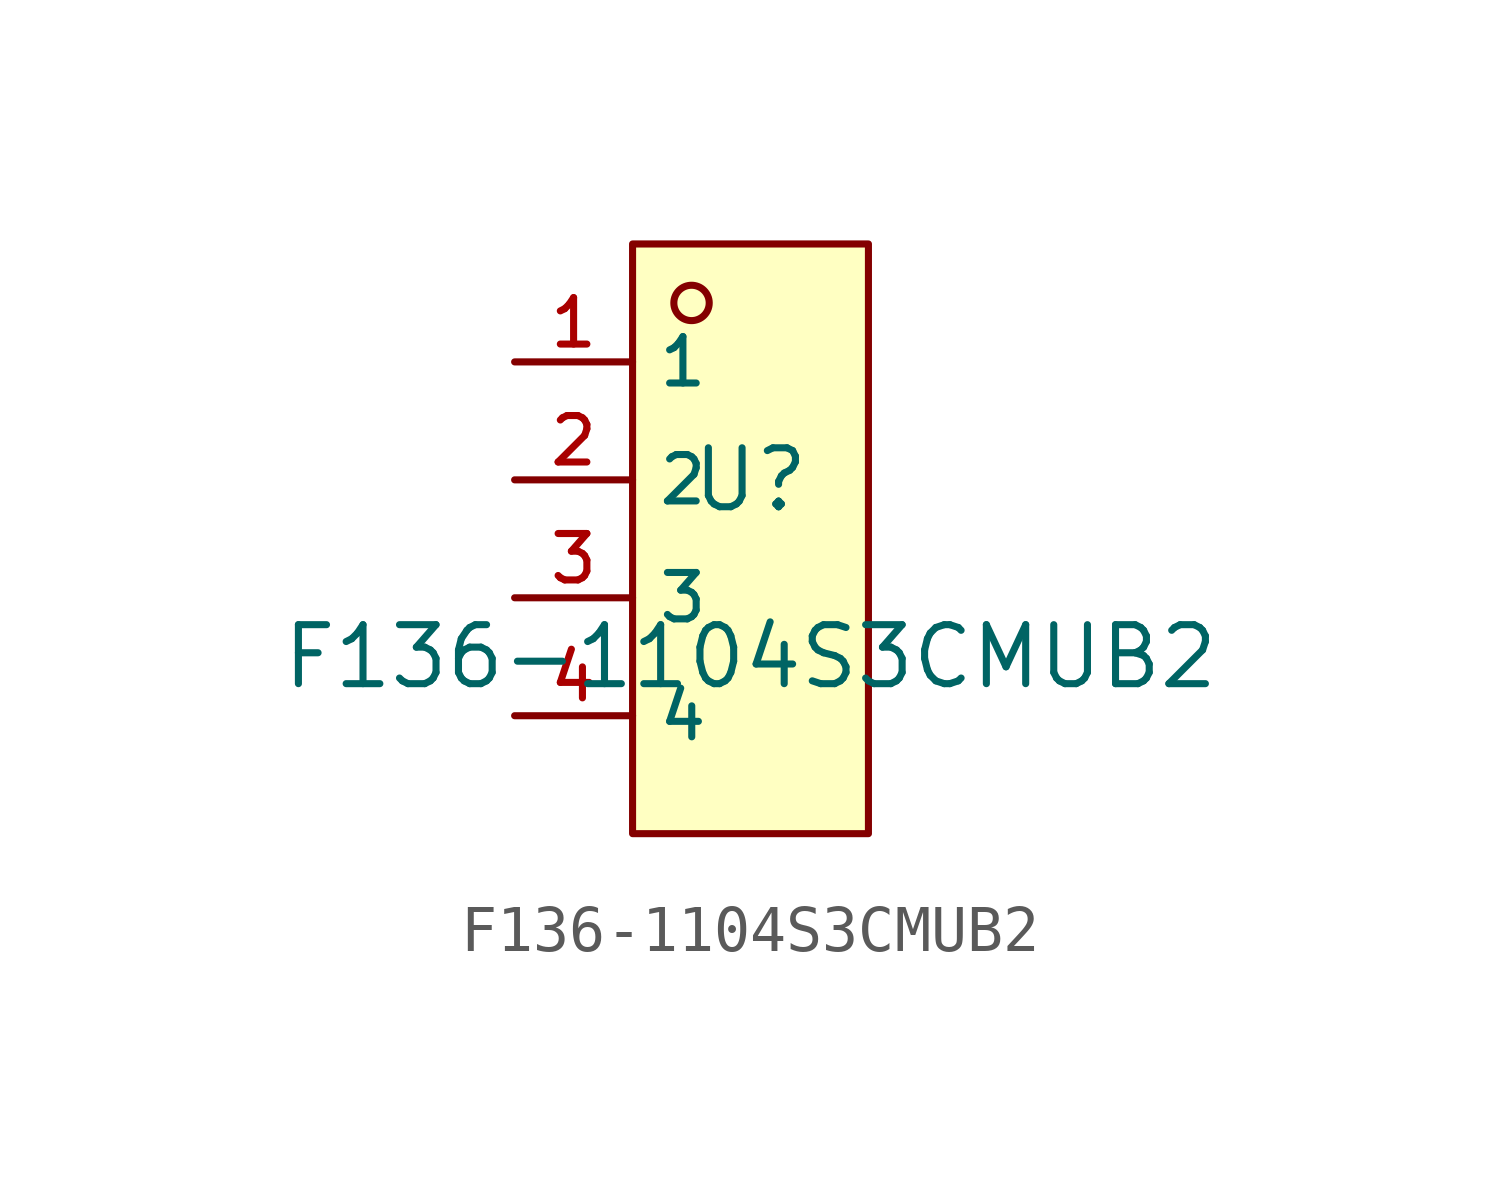
<source format=kicad_sym>
(kicad_symbol_lib
  (version 20210201)
  (generator TousstNicolas/JLC2KiCad_lib)
  (symbol "F136-1104S3CMUB2"
    (property "Reference" "U"
      (at 0 1.27 0)
      (effects (font (size 1.27 1.27))))
    (property "Value" "F136-1104S3CMUB2"
      (at 0 -2.54 0)
      (effects (font (size 1.27 1.27))))
    (symbol "F136-1104S3CMUB2_0_1"
      (rectangle (start -2.54 6.35) (end 2.54 -6.35) (stroke (width 0) (type default) (color 0 0 0 0)) (fill (type background)))
      (circle (center -1.27 5.08) (radius 0.381) (stroke (width 0) (type default) (color 0 0 0 0)) (fill (type background)))
      (pin unspecified line (at -5.08 3.81 0) (length 2.54) (name "1" (effects (font (size 1 1)))) (number "1" (effects (font (size 1 1)))))
      (pin unspecified line (at -5.08 1.27 0) (length 2.54) (name "2" (effects (font (size 1 1)))) (number "2" (effects (font (size 1 1)))))
      (pin unspecified line (at -5.08 -1.27 0) (length 2.54) (name "3" (effects (font (size 1 1)))) (number "3" (effects (font (size 1 1)))))
      (pin unspecified line (at -5.08 -3.81 0) (length 2.54) (name "4" (effects (font (size 1 1)))) (number "4" (effects (font (size 1 1))))))))
</source>
